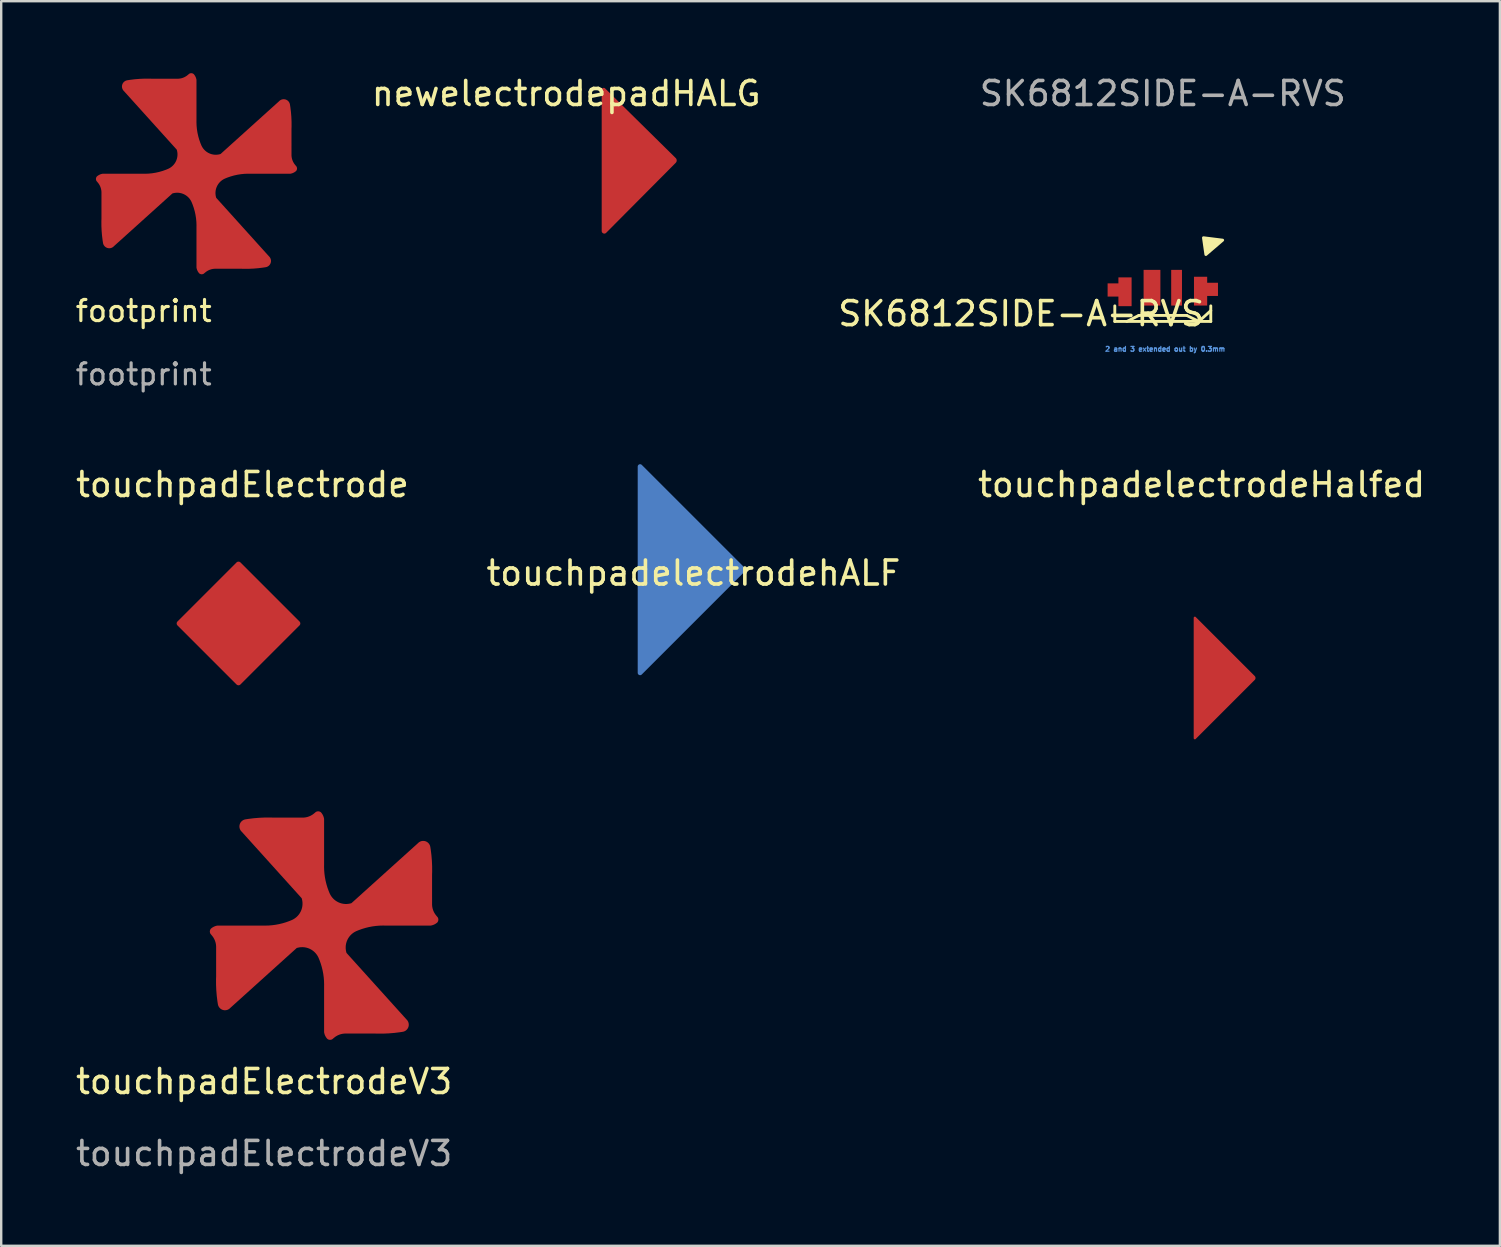
<source format=kicad_pcb>
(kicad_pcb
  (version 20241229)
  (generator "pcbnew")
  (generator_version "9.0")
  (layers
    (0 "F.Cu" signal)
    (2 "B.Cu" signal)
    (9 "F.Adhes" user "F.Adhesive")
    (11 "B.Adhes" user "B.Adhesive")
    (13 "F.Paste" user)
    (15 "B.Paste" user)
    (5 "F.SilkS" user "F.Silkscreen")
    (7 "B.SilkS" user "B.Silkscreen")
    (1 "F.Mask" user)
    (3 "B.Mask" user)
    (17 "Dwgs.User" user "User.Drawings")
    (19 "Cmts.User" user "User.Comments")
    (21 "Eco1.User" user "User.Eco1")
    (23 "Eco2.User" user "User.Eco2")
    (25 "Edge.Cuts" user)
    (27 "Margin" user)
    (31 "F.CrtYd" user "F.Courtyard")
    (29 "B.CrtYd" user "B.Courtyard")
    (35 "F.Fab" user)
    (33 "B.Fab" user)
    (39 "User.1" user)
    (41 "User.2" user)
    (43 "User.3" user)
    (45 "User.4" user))
  (footprint "touchpadElectrodeV3"
    (layer "F.Cu")
    (at 10.458 35.527)
    (property "Reference" "touchpadElectrodeV3" (at -2.5 6.5 0) (unlocked yes) (layer "F.SilkS") (effects (font (size 1 1) (thickness 0.15))))
    (attr smd)
    (fp_line (start 4.244 -3.394) (end 4.244 -3.394) (stroke (width 0.000001) (type solid)) (layer "F.Cu"))
    (fp_line (start 4.245 -3.394) (end 4.245 -3.394) (stroke (width 0.000001) (type solid)) (layer "F.Cu"))
    (fp_poly (pts (arc (start -0.130625 -4.718916) (mid -0.044861 -4.590321) (end 0 -4.442401)) (arc (start 0 -2.526349) (mid 0.04836 -1.939131) (end 0.218419 -1.375)) (arc (start 0.218419 -1.375) (mid 0.592541 -0.972162) (end 1.141048 -0.934939)) (arc (start 3.913248 -3.434939) (mid 4.221327 -3.51536) (end 4.427577 -3.272788)) (arc (start 4.427577 -3.272788) (mid 4.49244 -2.698244) (end 4.5 -2.120099)) (arc (start 4.500166 -0.895724) (mid 4.535606 -0.667084) (end 4.64024 -0.460724)) (arc (start 4.64024 -0.460724) (mid 4.684142 -0.404826) (end 4.73024 -0.350724)) (arc (start 4.73024 -0.350724) (mid 4.76181 -0.23876) (end 4.718916 -0.130625)) (arc (start 4.718916 -0.130625) (mid 4.590323 -0.044854) (end 4.442401 0)) (arc (start 2.526349 0) (mid 1.939131 0.048359) (end 1.375 0.218419)) (arc (start 1.375 0.218419) (mid 0.972162 0.592541) (end 0.934939 1.141048)) (arc (start 3.434939 3.913248) (mid 3.515362 4.221327) (end 3.272788 4.427577)) (arc (start 3.272788 4.427577) (mid 2.698244 4.492443) (end 2.120099 4.5)) (arc (start 0.895724 4.500166) (mid 0.667085 4.53561) (end 0.460724 4.64024)) (arc (start 0.460724 4.64024) (mid 0.404826 4.684142) (end 0.350724 4.73024)) (arc (start 0.350724 4.73024) (mid 0.238759 4.761809) (end 0.130625 4.718916)) (arc (start 0.130625 4.718916) (mid 0.044861 4.59032) (end 0 4.442401)) (arc (start 0 2.526349) (mid -0.048359 1.939131) (end -0.218419 1.375)) (arc (start -0.218419 1.375) (mid -0.592541 0.972162) (end -1.141048 0.934939)) (arc (start -3.913248 3.434939) (mid -4.221327 3.515362) (end -4.427577 3.272788)) (arc (start -4.427577 3.272788) (mid -4.49244 2.698244) (end -4.5 2.120099)) (arc (start -4.500166 0.895724) (mid -4.53561 0.667085) (end -4.64024 0.460724)) (arc (start -4.64024 0.460724) (mid -4.684142 0.404826) (end -4.73024 0.350724)) (arc (start -4.73024 0.350724) (mid -4.761809 0.238759) (end -4.718916 0.130625)) (arc (start -4.718916 0.130625) (mid -4.59032 0.044861) (end -4.442401 0)) (arc (start -2.526349 0) (mid -1.939131 -0.048359) (end -1.375 -0.218419)) (arc (start -1.375 -0.218419) (mid -0.972162 -0.59254) (end -0.934939 -1.141048)) (arc (start -3.434939 -3.913248) (mid -3.515362 -4.221329) (end -3.272788 -4.427577)) (arc (start -3.272788 -4.427577) (mid -2.698244 -4.49244) (end -2.120099 -4.5)) (arc (start -0.895724 -4.500166) (mid -0.667084 -4.53561) (end -0.460724 -4.64024)) (arc (start -0.460724 -4.64024) (mid -0.404826 -4.684142) (end -0.350724 -4.73024)) (arc (start -0.350724 -4.73024) (mid -0.238763 -4.761809) (end -0.130625 -4.718916))) (stroke (width 0) (type solid)) (fill yes) (layer "F.Cu"))
    (fp_text user "${REFERENCE}" (at -2.5 9.5 0) (unlocked yes) (layer "F.Fab") (effects (font (size 1 1) (thickness 0.15)))))
  (footprint "footprint"
    (layer "F.Cu")
    (at 5.139 4.191)
    (property "Reference" "footprint" (at -2.2 5.72 0) (unlocked yes) (layer "F.SilkS") (effects (font (size 0.88 0.88) (thickness 0.132))))
    (attr smd)
    (fp_line (start 3.735 -2.986) (end 3.735 -2.986) (stroke (width 0.000001) (type solid)) (layer "F.Cu"))
    (fp_line (start 3.735 -2.986) (end 3.735 -2.986) (stroke (width 0.000001) (type solid)) (layer "F.Cu"))
    (fp_poly (pts (arc (start -0.11495 -4.152646) (mid -0.039478 -4.039482) (end 0 -3.909313)) (arc (start 0 -2.223187) (mid 0.042557 -1.706435) (end 0.192209 -1.21)) (arc (start 0.192209 -1.21) (mid 0.521436 -0.855503) (end 1.004122 -0.822746)) (arc (start 3.443658 -3.022746) (mid 3.714768 -3.093517) (end 3.896268 -2.880053)) (arc (start 3.896268 -2.880053) (mid 3.953347 -2.374455) (end 3.96 -1.865687)) (arc (start 3.960146 -0.788237) (mid 3.991333 -0.587034) (end 4.083411 -0.405437)) (arc (start 4.083411 -0.405437) (mid 4.122045 -0.356247) (end 4.162611 -0.308637)) (arc (start 4.162611 -0.308637) (mid 4.190393 -0.210109) (end 4.152646 -0.11495)) (arc (start 4.152646 -0.11495) (mid 4.039484 -0.039472) (end 3.909313 0)) (arc (start 2.223187 0) (mid 1.706435 0.042556) (end 1.21 0.192209)) (arc (start 1.21 0.192209) (mid 0.855503 0.521436) (end 0.822746 1.004122)) (arc (start 3.022746 3.443658) (mid 3.093519 3.714768) (end 2.880053 3.896268)) (arc (start 2.880053 3.896268) (mid 2.374455 3.95335) (end 1.865687 3.96)) (arc (start 0.788237 3.960146) (mid 0.587035 3.991337) (end 0.405437 4.083411)) (arc (start 0.405437 4.083411) (mid 0.356247 4.122045) (end 0.308637 4.162611)) (arc (start 0.308637 4.162611) (mid 0.210108 4.190392) (end 0.11495 4.152646)) (arc (start 0.11495 4.152646) (mid 0.039478 4.039482) (end 0 3.909313)) (arc (start 0 2.223187) (mid -0.042556 1.706435) (end -0.192209 1.21)) (arc (start -0.192209 1.21) (mid -0.521436 0.855503) (end -1.004122 0.822746)) (arc (start -3.443658 3.022746) (mid -3.714768 3.093519) (end -3.896268 2.880053)) (arc (start -3.896268 2.880053) (mid -3.953347 2.374455) (end -3.96 1.865687)) (arc (start -3.960146 0.788237) (mid -3.991337 0.587035) (end -4.083411 0.405437)) (arc (start -4.083411 0.405437) (mid -4.122045 0.356247) (end -4.162611 0.308637)) (arc (start -4.162611 0.308637) (mid -4.190392 0.210108) (end -4.152646 0.11495)) (arc (start -4.152646 0.11495) (mid -4.039482 0.039478) (end -3.909313 0)) (arc (start -2.223187 0) (mid -1.706435 -0.042556) (end -1.21 -0.192209)) (arc (start -1.21 -0.192209) (mid -0.855503 -0.521435) (end -0.822746 -1.004122)) (arc (start -3.022746 -3.443658) (mid -3.093519 -3.71477) (end -2.880053 -3.896268)) (arc (start -2.880053 -3.896268) (mid -2.374455 -3.953347) (end -1.865687 -3.96)) (arc (start -0.788237 -3.960146) (mid -0.587034 -3.991337) (end -0.405437 -4.083411)) (arc (start -0.405437 -4.083411) (mid -0.356247 -4.122045) (end -0.308637 -4.162611)) (arc (start -0.308637 -4.162611) (mid -0.210111 -4.190392) (end -0.11495 -4.152646))) (stroke (width 0) (type solid)) (fill yes) (layer "F.Cu"))
    (fp_text user "${REFERENCE}" (at -2.2 8.36 0) (unlocked yes) (layer "F.Fab") (effects (font (size 0.88 0.88) (thickness 0.132)))))
  (footprint "touchpadelectrodehALF"
    (layer "F.Cu")
    (at 23.529 20.694)
    (property "Reference" "touchpadelectrodehALF" (at 2.322 0.141 0) (unlocked yes) (layer "F.SilkS") (effects (font (size 1 1) (thickness 0.15))))
    (attr smd)
    (fp_poly (pts (arc (start 0.170068 4.366778) (mid 0.061131 4.389261) (end 0.000002 4.296334)) (arc (start -0.000003 -4.296716) (mid 0.061518 -4.388742) (end 0.170086 -4.367137)) (arc (start 4.396145 -0.141053) (mid 4.454495 -0.000183) (end 4.396146 0.140686))) (stroke (width 0) (type solid)) (fill yes) (layer "B.Cu")))
  (footprint "touchpadElectrode"
    (layer "F.Cu")
    (at 6.89 22.935)
    (property "Reference" "touchpadElectrode" (at 0.164 -5.789 0) (unlocked yes) (layer "F.SilkS") (effects (font (size 1 1) (thickness 0.15))))
    (attr smd)
    (fp_poly (pts (arc (start 0.082024 2.542756) (mid 0 2.576731) (end -0.082024 2.542756)) (arc (start -2.542756 0.082024) (mid -2.576731 0) (end -2.542756 -0.082024)) (arc (start -0.082024 -2.542756) (mid 0 -2.576731) (end 0.082024 -2.542756)) (arc (start 2.542756 -0.082024) (mid 2.576731 0) (end 2.542756 0.082024))) (stroke (width 0) (type solid)) (fill yes) (layer "F.Cu")))
  (footprint "touchpadelectrodeHalfed"
    (layer "F.Cu")
    (at 46.702 25.208)
    (property "Reference" "touchpadelectrodeHalfed" (at 0.328 -8.063 0) (unlocked yes) (layer "F.SilkS") (effects (font (size 1 1) (thickness 0.15))))
    (attr smd)
    (fp_poly (pts (arc (start 0 2.509004) (mid 0.029762 2.553217) (end 0.082024 2.542766)) (arc (start 2.542756 0.082034) (mid 2.576708 0) (end 2.542756 -0.082014)) (arc (start 0.082024 -2.542746) (mid 0.029716 -2.552963) (end 0.000151 -2.50862))) (stroke (width 0) (type solid)) (fill yes) (layer "F.Cu")))
  (footprint "newelectrodepadHALG"
    (layer "F.Cu")
    (at 22.028 3.637)
    (property "Reference" "newelectrodepadHALG" (at -1.478 -2.789 0) (unlocked yes) (layer "F.SilkS") (effects (font (size 1 1) (thickness 0.15))))
    (attr smd)
    (fp_poly (pts (arc (start 0 2.944525) (mid 0.070595 3.041959) (end 0.187834 3.0149)) (arc (start 3.085283 0.099517) (mid 3.126506 -0.000008) (end 3.085283 -0.099534)) (arc (start 0.149288 -2.994305) (mid 0.066659 -3.024256) (end 0 -2.966975))) (stroke (width 0) (type solid)) (fill yes) (layer "F.Cu")))
  (footprint "SK6812SIDE-A-RVS"
    (layer "F.Cu")
    (at 45.414 9.098)
    (property "Reference" "SK6812SIDE-A-RVS" (at -5.9 0.925 0) (unlocked yes) (layer "F.SilkS") (effects (font (size 1 1) (thickness 0.15))))
    (attr smd)
    (fp_line (start -2 0.6) (end -2 1.25) (stroke (width 0.12) (type solid)) (layer "F.SilkS"))
    (fp_line (start -2 1.25) (end 2 1.25) (stroke (width 0.12) (type solid)) (layer "F.SilkS"))
    (fp_line (start -1.5 1.25) (end -1 1) (stroke (width 0.12) (type solid)) (layer "F.SilkS"))
    (fp_line (start -1 1) (end 0.5 1) (stroke (width 0.12) (type solid)) (layer "F.SilkS"))
    (fp_line (start 0.5 1) (end 1 1) (stroke (width 0.12) (type solid)) (layer "F.SilkS"))
    (fp_line (start 1 1) (end 1.5 1.25) (stroke (width 0.12) (type solid)) (layer "F.SilkS"))
    (fp_line (start 1.5 1.25) (end 2 0.8) (stroke (width 0.12) (type solid)) (layer "F.SilkS"))
    (fp_line (start 2 0.6) (end 2 1.25) (stroke (width 0.12) (type solid)) (layer "F.SilkS"))
    (fp_poly (pts (xy 2.495 -2.139) (xy 1.795 -1.539) (xy 1.695 -2.239)) (stroke (width 0.12) (type solid)) (fill yes) (layer "F.SilkS"))
    (fp_text user "2 and 3 extended out by 0.3mm" (at 0.1 2.4 0) (unlocked yes) (layer "Cmts.User") (effects (font (size 0.2 0.2) (thickness 0.05))))
    (fp_text user "${REFERENCE}" (at 0 -8.25 0) (unlocked yes) (layer "F.Fab") (effects (font (size 1 1) (thickness 0.15))))
    (pad "1" smd custom (at -1.8 0.013) (size 0.1 0.1) (layers "F.Cu" "F.Mask" "F.Paste") (options (anchor rect)) (primitives (gr_poly (pts (xy -0.5 -0.35) (xy -0.05 -0.35) (xy -0.05 -0.6) (xy 0.5 -0.6) (xy 0.5 0.6) (xy -0.05 0.6) (xy -0.05 0.2) (xy -0.5 0.2)) (width 0) (fill yes))))
    (pad "2" smd rect (at -0.45 -0.156) (size 0.7 1.488) (layers "F.Cu" "F.Mask" "F.Paste"))
    (pad "3" smd rect (at 0.575 -0.156) (size 0.45 1.488) (layers "F.Cu" "F.Mask" "F.Paste"))
    (pad "4" smd custom (at 1.8 -0.013) (size 0.1 0.1) (layers "F.Cu" "F.Mask" "F.Paste") (options (anchor rect)) (primitives (gr_poly (pts (xy 0.5 -0.35) (xy 0.05 -0.35) (xy 0.05 -0.6) (xy -0.5 -0.6) (xy -0.5 0.6) (xy 0.05 0.6) (xy 0.05 0.2) (xy 0.5 0.2)) (width 0) (fill yes)))))
  (gr_rect
    (start -3 -3)
    (end 59.464 48.875)
    (stroke (width 0.1) (type default))
    (fill no)
    (layer "Edge.Cuts")))
</source>
